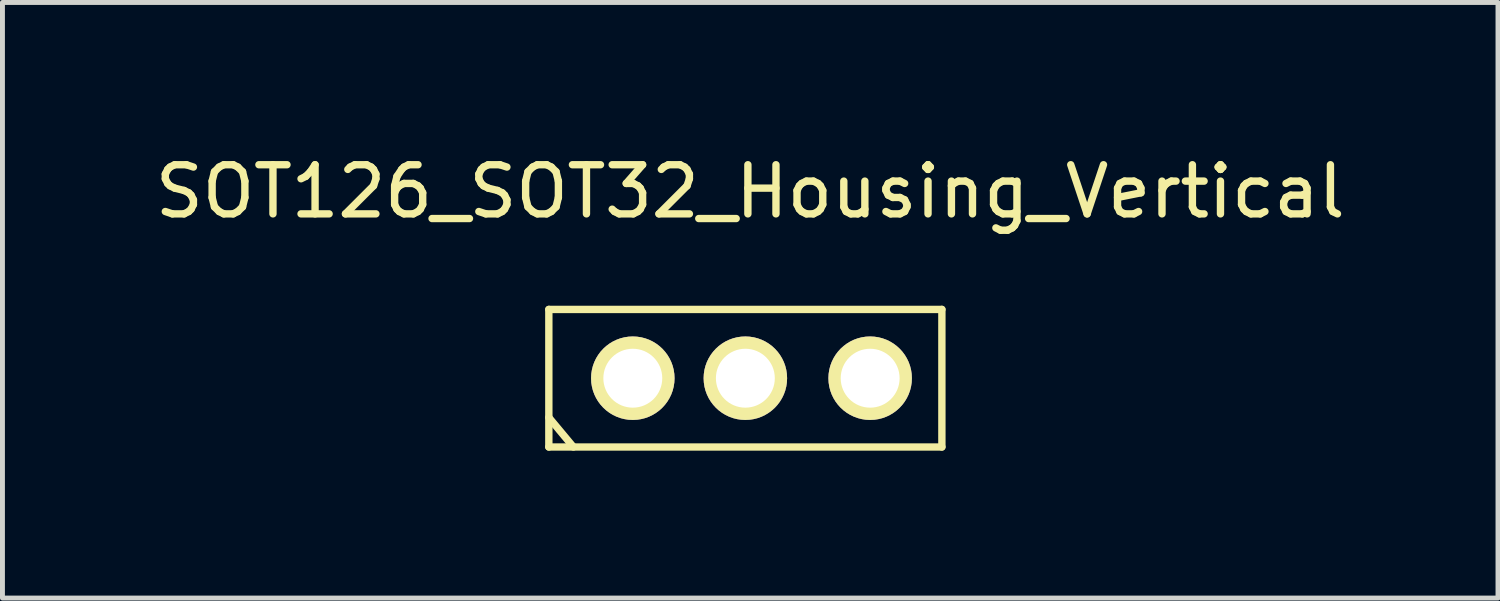
<source format=kicad_pcb>
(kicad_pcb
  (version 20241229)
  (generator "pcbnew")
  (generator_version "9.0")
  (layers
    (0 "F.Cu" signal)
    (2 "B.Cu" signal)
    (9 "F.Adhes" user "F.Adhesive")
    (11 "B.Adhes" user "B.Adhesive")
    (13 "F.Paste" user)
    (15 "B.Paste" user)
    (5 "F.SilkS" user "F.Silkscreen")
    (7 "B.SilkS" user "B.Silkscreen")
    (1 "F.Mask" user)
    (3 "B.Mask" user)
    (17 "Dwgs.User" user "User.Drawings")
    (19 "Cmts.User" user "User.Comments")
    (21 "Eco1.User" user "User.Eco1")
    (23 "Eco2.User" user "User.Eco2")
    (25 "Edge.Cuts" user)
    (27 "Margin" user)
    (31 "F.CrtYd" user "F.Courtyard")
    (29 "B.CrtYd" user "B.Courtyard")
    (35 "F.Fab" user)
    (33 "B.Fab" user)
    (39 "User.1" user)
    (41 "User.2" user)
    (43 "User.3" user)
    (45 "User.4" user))
  (footprint "SOT126_SOT32_Housing_Vertical"
    (layer "F.Cu")
    (at 12.121 4.648)
    (property "Reference" "SOT126_SOT32_Housing_Vertical" (at 0.099 -3.8 0) (layer "F.SilkS") (effects (font (size 1 1) (thickness 0.15))))
    (attr through_hole)
    (fp_line (start -4 -1.4) (end -4 1.4) (stroke (width 0.15) (type solid)) (layer "F.SilkS"))
    (fp_line (start -4 -1.4) (end 4 -1.4) (stroke (width 0.15) (type solid)) (layer "F.SilkS"))
    (fp_line (start -4 0.8) (end -3.5 1.4) (stroke (width 0.15) (type solid)) (layer "F.SilkS"))
    (fp_line (start -4 1.4) (end 4 1.4) (stroke (width 0.15) (type solid)) (layer "F.SilkS"))
    (fp_line (start 4 -1.4) (end 4 1.4) (stroke (width 0.15) (type solid)) (layer "F.SilkS"))
    (pad "1" thru_hole circle (at -2.291 0) (size 1.699 1.699) (drill 1.199) (layers "*.Cu" "*.Mask" "F.SilkS"))
    (pad "2" thru_hole circle (at 2.54 0) (size 1.699 1.699) (drill 1.199) (layers "*.Cu" "*.Mask" "F.SilkS"))
    (pad "3" thru_hole circle (at 0 0) (size 1.699 1.699) (drill 1.199) (layers "*.Cu" "*.Mask" "F.SilkS")))
  (gr_rect
    (start -3 -3)
    (end 27.44 9.123)
    (stroke (width 0.1) (type default))
    (fill no)
    (layer "Edge.Cuts")))
</source>
